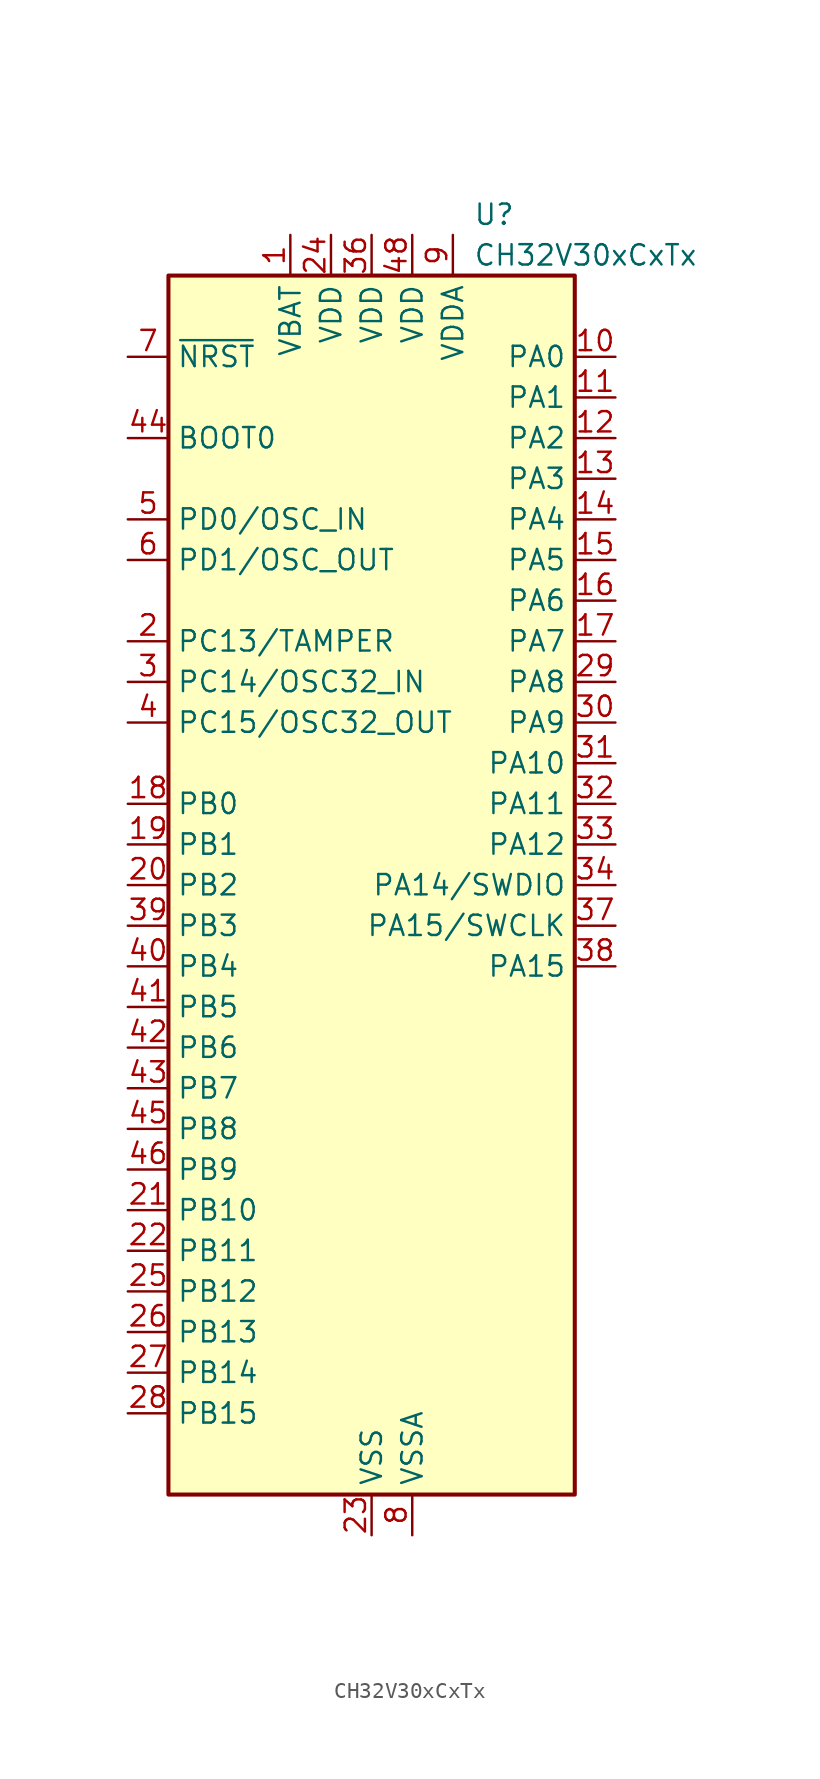
<source format=kicad_sym>
(kicad_symbol_lib
  (version 20241209)
  (generator "kicad_symbol_editor")
  (generator_version "9.0")
  (symbol "CH32V30xCxTx"
    (property "Reference" "U"
      (at 6.35 41.91 0)
      (effects (font (size 1.27 1.27)) (justify left)))
    (property "Value" "CH32V30xCxTx"
      (at 6.35 39.37 0)
      (effects (font (size 1.27 1.27)) (justify left)))
    (symbol "CH32V30xCxTx_0_0"
      (pin input line (at -15.24 27.94 0) (length 2.54) (name "BOOT0" (effects (font (size 1.27 1.27)))) (number "44" (effects (font (size 1.27 1.27)))))
      (pin power_in line (at -5.08 40.64 270) (length 2.54) (name "VBAT" (effects (font (size 1.27 1.27)))) (number "1" (effects (font (size 1.27 1.27)))))
      (pin power_in line (at -2.54 40.64 270) (length 2.54) (name "VDD" (effects (font (size 1.27 1.27)))) (number "24" (effects (font (size 1.27 1.27)))))
      (pin power_in line (at 0 -40.64 90) (length 2.54) (name "VSS" (effects (font (size 1.27 1.27)))) (number "23" (effects (font (size 1.27 1.27)))))
      (pin power_in line (at 2.54 -40.64 90) (length 2.54) (name "VSSA" (effects (font (size 1.27 1.27)))) (number "8" (effects (font (size 1.27 1.27)))))
      (pin power_in line (at 5.08 40.64 270) (length 2.54) (name "VDDA" (effects (font (size 1.27 1.27)))) (number "9" (effects (font (size 1.27 1.27))))))
    (symbol "CH32V30xCxTx_1_0"
      (pin input line (at -15.24 33.02 0) (length 2.54) (name "~{NRST}" (effects (font (size 1.27 1.27)))) (number "7" (effects (font (size 1.27 1.27)))))
      (pin bidirectional line (at -15.24 22.86 0) (length 2.54) (name "PD0/OSC_IN" (effects (font (size 1.27 1.27)))) (number "5" (effects (font (size 1.27 1.27)))) (alternate "PD0" bidirectional line))
      (pin bidirectional line (at -15.24 20.32 0) (length 2.54) (name "PD1/OSC_OUT" (effects (font (size 1.27 1.27)))) (number "6" (effects (font (size 1.27 1.27)))) (alternate "PD1" bidirectional line))
      (pin bidirectional line (at -15.24 15.24 0) (length 2.54) (name "PC13/TAMPER" (effects (font (size 1.27 1.27)))) (number "2" (effects (font (size 1.27 1.27)))) (alternate "TAMPER-RTC" bidirectional line) (alternate "TIM8_CH4_1" bidirectional line))
      (pin bidirectional line (at -15.24 12.7 0) (length 2.54) (name "PC14/OSC32_IN" (effects (font (size 1.27 1.27)))) (number "3" (effects (font (size 1.27 1.27)))) (alternate "OSC32_IN" bidirectional line) (alternate "TIM9_CH4_1" bidirectional line))
      (pin bidirectional line (at -15.24 10.16 0) (length 2.54) (name "PC15/OSC32_OUT" (effects (font (size 1.27 1.27)))) (number "4" (effects (font (size 1.27 1.27)))) (alternate "OSC32_OUT" bidirectional line) (alternate "TIM10_CH4_1" bidirectional line))
      (pin bidirectional line (at -15.24 5.08 0) (length 2.54) (name "PB0" (effects (font (size 1.27 1.27)))) (number "18" (effects (font (size 1.27 1.27)))) (alternate "ADC_IN8" bidirectional line) (alternate "OPA1_CH1P" bidirectional line) (alternate "TIM1_CH2N_1" bidirectional line) (alternate "TIM3_CH3" bidirectional line) (alternate "TIM3_CH3_2" bidirectional line) (alternate "TIM8_CH2N" bidirectional line) (alternate "TIM9_CH1N_1" bidirectional line) (alternate "UART4_TX_1" bidirectional line))
      (pin bidirectional line (at -15.24 2.54 0) (length 2.54) (name "PB1" (effects (font (size 1.27 1.27)))) (number "19" (effects (font (size 1.27 1.27)))) (alternate "ADC_IN9" bidirectional line) (alternate "OPA4_CH0N" bidirectional line) (alternate "TIM1_CH3N_1" bidirectional line) (alternate "TIM3_CH4" bidirectional line) (alternate "TIM3_CH4_2" bidirectional line) (alternate "TIM8_CH3N" bidirectional line) (alternate "TIM9_CH2N_1" bidirectional line) (alternate "UART4_RX_1" bidirectional line))
      (pin bidirectional line (at -15.24 0 0) (length 2.54) (name "PB2" (effects (font (size 1.27 1.27)))) (number "20" (effects (font (size 1.27 1.27)))) (alternate "BOOT1" bidirectional line) (alternate "OPA3_CH0N" bidirectional line) (alternate "TIM9_CH3N_1" bidirectional line))
      (pin bidirectional line (at -15.24 -2.54 0) (length 2.54) (name "PB3" (effects (font (size 1.27 1.27)))) (number "39" (effects (font (size 1.27 1.27)))) (alternate "SPI1_SCK" bidirectional line) (alternate "SPI3_SCK" bidirectional line) (alternate "TIM10_CH1_1" bidirectional line) (alternate "TIM2_CH2_1" bidirectional line) (alternate "TIM2_CH2_3" bidirectional line))
      (pin bidirectional line (at -15.24 -5.08 0) (length 2.54) (name "PB4" (effects (font (size 1.27 1.27)))) (number "40" (effects (font (size 1.27 1.27)))) (alternate "SPI1_MISO" bidirectional line) (alternate "SPI3_MISO" bidirectional line) (alternate "TIM10_CH2_1" bidirectional line) (alternate "TIM3_CH1_2" bidirectional line) (alternate "UART5_TX_1" bidirectional line))
      (pin bidirectional line (at -15.24 -7.62 0) (length 2.54) (name "PB5" (effects (font (size 1.27 1.27)))) (number "41" (effects (font (size 1.27 1.27)))) (alternate "CAN2_RX" bidirectional line) (alternate "I2C1_SMBA" bidirectional line) (alternate "SPI1_MOSI" bidirectional line) (alternate "SPI3_MOSI" bidirectional line) (alternate "TIM10_CH3_1" bidirectional line) (alternate "TIM3_CH2_2" bidirectional line) (alternate "UART5_RX_1" bidirectional line))
      (pin bidirectional line (at -15.24 -10.16 0) (length 2.54) (name "PB6" (effects (font (size 1.27 1.27)))) (number "42" (effects (font (size 1.27 1.27)))) (alternate "CAN2_TX" bidirectional line) (alternate "I2C1_SCL" bidirectional line) (alternate "TIM4_CH1" bidirectional line) (alternate "TIM8_CH1_1" bidirectional line) (alternate "USART1_TX_1" bidirectional line) (alternate "USBFS_DM" bidirectional line) (alternate "USBHS_DM" bidirectional line))
      (pin bidirectional line (at -15.24 -12.7 0) (length 2.54) (name "PB7" (effects (font (size 1.27 1.27)))) (number "43" (effects (font (size 1.27 1.27)))) (alternate "I2C1_SDA" bidirectional line) (alternate "TIM4_CH2" bidirectional line) (alternate "TIM8_CH2_1" bidirectional line) (alternate "USART1_RX_1" bidirectional line) (alternate "USBFS_DP" bidirectional line) (alternate "USBHS_D4" bidirectional line))
      (pin bidirectional line (at -15.24 -15.24 0) (length 2.54) (name "PB8" (effects (font (size 1.27 1.27)))) (number "45" (effects (font (size 1.27 1.27)))) (alternate "CAN1_RX" bidirectional line) (alternate "I2C1_SCL" bidirectional line) (alternate "TIM10_CH1" bidirectional line) (alternate "TIM4_CH3" bidirectional line) (alternate "TIM8_CH3_1" bidirectional line) (alternate "UART6_TX_1" bidirectional line))
      (pin bidirectional line (at -15.24 -17.78 0) (length 2.54) (name "PB9" (effects (font (size 1.27 1.27)))) (number "46" (effects (font (size 1.27 1.27)))) (alternate "CAN1_TX" bidirectional line) (alternate "I2C1_SDA" bidirectional line) (alternate "TIM10_CH2" bidirectional line) (alternate "TIM4_CH4" bidirectional line) (alternate "TIM8_BKIN_1" bidirectional line) (alternate "UART6_RX_1" bidirectional line))
      (pin bidirectional line (at -15.24 -20.32 0) (length 2.54) (name "PB10" (effects (font (size 1.27 1.27)))) (number "21" (effects (font (size 1.27 1.27)))) (alternate "I2C2_SCL" bidirectional line) (alternate "OPA2_CH0N" bidirectional line) (alternate "TIM10_BKIN_1" bidirectional line) (alternate "TIM2_CH3_2" bidirectional line) (alternate "TIM2_CH3_3" bidirectional line) (alternate "USART3_TX" bidirectional line))
      (pin bidirectional line (at -15.24 -22.86 0) (length 2.54) (name "PB11" (effects (font (size 1.27 1.27)))) (number "22" (effects (font (size 1.27 1.27)))) (alternate "I2C2_SDA" bidirectional line) (alternate "OPA1_CH0N" bidirectional line) (alternate "TIM10_ETR_1" bidirectional line) (alternate "TIM2_CH4_2" bidirectional line) (alternate "TIM2_CH4_3" bidirectional line) (alternate "USART3_RX" bidirectional line))
      (pin bidirectional line (at -15.24 -25.4 0) (length 2.54) (name "PB12" (effects (font (size 1.27 1.27)))) (number "25" (effects (font (size 1.27 1.27)))) (alternate "CAN2_RX" bidirectional line) (alternate "I2C2_SMBA" bidirectional line) (alternate "OPA4_CH0P" bidirectional line) (alternate "SPI2_NSS" bidirectional line) (alternate "TIM1_BKIN" bidirectional line) (alternate "USART3_CK" bidirectional line))
      (pin bidirectional line (at -15.24 -27.94 0) (length 2.54) (name "PB13" (effects (font (size 1.27 1.27)))) (number "26" (effects (font (size 1.27 1.27)))) (alternate "CAN2_TX" bidirectional line) (alternate "I2S2_CK" bidirectional line) (alternate "OPA3_CH0P" bidirectional line) (alternate "SPI2_SCK" bidirectional line) (alternate "TIM1_CH1N" bidirectional line) (alternate "USART3_CTS" bidirectional line) (alternate "USART3_CTS_1" bidirectional line))
      (pin bidirectional line (at -15.24 -30.48 0) (length 2.54) (name "PB14" (effects (font (size 1.27 1.27)))) (number "27" (effects (font (size 1.27 1.27)))) (alternate "OPA2_CH0P" bidirectional line) (alternate "SPI2_MISO" bidirectional line) (alternate "TIM1_CH2N" bidirectional line) (alternate "USART3_RTS" bidirectional line) (alternate "USART3_RTS_1" bidirectional line))
      (pin bidirectional line (at -15.24 -33.02 0) (length 2.54) (name "PB15" (effects (font (size 1.27 1.27)))) (number "28" (effects (font (size 1.27 1.27)))) (alternate "OPA1_CH0P" bidirectional line) (alternate "SPI2_MOSI" bidirectional line) (alternate "TIM1_CH3N" bidirectional line) (alternate "USART1_TX_2" bidirectional line))
      (pin power_in line (at 0 40.64 270) (length 2.54) (name "VDD" (effects (font (size 1.27 1.27)))) (number "36" (effects (font (size 1.27 1.27)))))
      (pin power_in line (at 0 -40.64 90) (length 2.54) (hide yes) (name "VSS" (effects (font (size 1.27 1.27)))) (number "35" (effects (font (size 1.27 1.27)))))
      (pin power_in line (at 0 -40.64 90) (length 2.54) (hide yes) (name "VSS" (effects (font (size 1.27 1.27)))) (number "47" (effects (font (size 1.27 1.27)))))
      (pin power_in line (at 2.54 40.64 270) (length 2.54) (name "VDD" (effects (font (size 1.27 1.27)))) (number "48" (effects (font (size 1.27 1.27)))))
      (pin bidirectional line (at 15.24 33.02 180) (length 2.54) (name "PA0" (effects (font (size 1.27 1.27)))) (number "10" (effects (font (size 1.27 1.27)))) (alternate "ADC_IN0" bidirectional line) (alternate "OPA4_OUT0" bidirectional line) (alternate "TIM2_CH1_ETR" bidirectional line) (alternate "TIM2_CH1_ETR_2" bidirectional line) (alternate "TIM5_CH1" bidirectional line) (alternate "TIM8_ETR" bidirectional line) (alternate "TIM8_ETR_1" bidirectional line) (alternate "WKUP" bidirectional line))
      (pin bidirectional line (at 15.24 30.48 180) (length 2.54) (name "PA1" (effects (font (size 1.27 1.27)))) (number "11" (effects (font (size 1.27 1.27)))) (alternate "ADC_IN1" bidirectional line) (alternate "OPA3_OUT0" bidirectional line) (alternate "TIM2_CH2" bidirectional line) (alternate "TIM2_CH2_2" bidirectional line) (alternate "TIM5_CH2" bidirectional line) (alternate "TIM9_BKIN_1" bidirectional line) (alternate "USART2_RTS" bidirectional line))
      (pin bidirectional line (at 15.24 27.94 180) (length 2.54) (name "PA2" (effects (font (size 1.27 1.27)))) (number "12" (effects (font (size 1.27 1.27)))) (alternate "ADC_IN2" bidirectional line) (alternate "OPA2_OUT0" bidirectional line) (alternate "TIM2_CH3" bidirectional line) (alternate "TIM2_CH3_1" bidirectional line) (alternate "TIM5_CH3" bidirectional line) (alternate "TIM9_CH1" bidirectional line) (alternate "TIM9_CH1_ETR_1" bidirectional line) (alternate "TIM9_ETR" bidirectional line) (alternate "USART2_TX" bidirectional line))
      (pin bidirectional line (at 15.24 25.4 180) (length 2.54) (name "PA3" (effects (font (size 1.27 1.27)))) (number "13" (effects (font (size 1.27 1.27)))) (alternate "ADC_IN3" bidirectional line) (alternate "OPA1_OUT0" bidirectional line) (alternate "TIM2_CH4" bidirectional line) (alternate "TIM2_CH4_1" bidirectional line) (alternate "TIM5_CH4" bidirectional line) (alternate "TIM9_CH2" bidirectional line) (alternate "TIM9_CH2_1" bidirectional line) (alternate "USART2_RX" bidirectional line))
      (pin bidirectional line (at 15.24 22.86 180) (length 2.54) (name "PA4" (effects (font (size 1.27 1.27)))) (number "14" (effects (font (size 1.27 1.27)))) (alternate "ADC_IN4" bidirectional line) (alternate "DAC_OUT1" bidirectional line) (alternate "I2S3_WS" bidirectional line) (alternate "SPI1_NSS" bidirectional line) (alternate "SPI3_NSS" bidirectional line) (alternate "TIM9_CH3" bidirectional line) (alternate "TIM9_CH3_1" bidirectional line) (alternate "USART2_CK" bidirectional line))
      (pin bidirectional line (at 15.24 20.32 180) (length 2.54) (name "PA5" (effects (font (size 1.27 1.27)))) (number "15" (effects (font (size 1.27 1.27)))) (alternate "ADC_IN5" bidirectional line) (alternate "DAC_OUT2" bidirectional line) (alternate "OPA2_CH1N" bidirectional line) (alternate "SPI1_SCK" bidirectional line) (alternate "TIM10_CH1N_1" bidirectional line) (alternate "USART1_CK_3" bidirectional line) (alternate "USART1_CTS_2" bidirectional line))
      (pin bidirectional line (at 15.24 17.78 180) (length 2.54) (name "PA6" (effects (font (size 1.27 1.27)))) (number "16" (effects (font (size 1.27 1.27)))) (alternate "ADC_IN6" bidirectional line) (alternate "OPA1_CH1N" bidirectional line) (alternate "SPI1_MISO" bidirectional line) (alternate "TIM10_CH2N_1" bidirectional line) (alternate "TIM1_BKIN_1" bidirectional line) (alternate "TIM3_CH1" bidirectional line) (alternate "TIM8_BKIN" bidirectional line) (alternate "USART1_TX_3" bidirectional line) (alternate "USART7_TX_1" bidirectional line))
      (pin bidirectional line (at 15.24 15.24 180) (length 2.54) (name "PA7" (effects (font (size 1.27 1.27)))) (number "17" (effects (font (size 1.27 1.27)))) (alternate "ADC_IN7" bidirectional line) (alternate "OPA2_CH1P" bidirectional line) (alternate "SPI1_MOSI" bidirectional line) (alternate "TIM10_CH3N_1" bidirectional line) (alternate "TIM1_CH1N_1" bidirectional line) (alternate "TIM3_CH2" bidirectional line) (alternate "TIM8_CH1N" bidirectional line) (alternate "UART7_RX_1" bidirectional line) (alternate "USART1_RX_3" bidirectional line))
      (pin bidirectional line (at 15.24 12.7 180) (length 2.54) (name "PA8" (effects (font (size 1.27 1.27)))) (number "29" (effects (font (size 1.27 1.27)))) (alternate "MCO" bidirectional line) (alternate "TIM1_CH1" bidirectional line) (alternate "TIM1_CH1_1" bidirectional line) (alternate "USART1_CK" bidirectional line) (alternate "USART1_CK_1" bidirectional line) (alternate "USART1_RX_2" bidirectional line))
      (pin bidirectional line (at 15.24 10.16 180) (length 2.54) (name "PA9" (effects (font (size 1.27 1.27)))) (number "30" (effects (font (size 1.27 1.27)))) (alternate "OTG_FS_VBUS" bidirectional line) (alternate "TIM1_CH2" bidirectional line) (alternate "TIM1_CH2_1" bidirectional line) (alternate "USART1_RTS_2" bidirectional line) (alternate "USART1_TX" bidirectional line))
      (pin bidirectional line (at 15.24 7.62 180) (length 2.54) (name "PA10" (effects (font (size 1.27 1.27)))) (number "31" (effects (font (size 1.27 1.27)))) (alternate "OTG_FS_ID" bidirectional line) (alternate "TIM1_CH3" bidirectional line) (alternate "TIM1_CH3_1" bidirectional line) (alternate "USART1_CK_2" bidirectional line) (alternate "USART1_RX" bidirectional line))
      (pin bidirectional line (at 15.24 5.08 180) (length 2.54) (name "PA11" (effects (font (size 1.27 1.27)))) (number "32" (effects (font (size 1.27 1.27)))) (alternate "CAN1_RX" bidirectional line) (alternate "OTG_FS_DM" bidirectional line) (alternate "TIM1_CH4" bidirectional line) (alternate "TIM1_CH4_1" bidirectional line) (alternate "USART1_CTS" bidirectional line) (alternate "USART1_CTS_1" bidirectional line))
      (pin bidirectional line (at 15.24 2.54 180) (length 2.54) (name "PA12" (effects (font (size 1.27 1.27)))) (number "33" (effects (font (size 1.27 1.27)))) (alternate "CAN1_TX" bidirectional line) (alternate "OTG_FS_DP" bidirectional line) (alternate "TIM10_CH1N" bidirectional line) (alternate "TIM1_ETR" bidirectional line) (alternate "TIM1_ETR_1" bidirectional line) (alternate "USART1_RTS" bidirectional line) (alternate "USART1_RTS_1" bidirectional line))
      (pin bidirectional line (at 15.24 0 180) (length 2.54) (name "PA14/SWDIO" (effects (font (size 1.27 1.27)))) (number "34" (effects (font (size 1.27 1.27)))) (alternate "PA13" bidirectional line) (alternate "TIM10_CH2N" bidirectional line) (alternate "TIM8_CH1N_1" bidirectional line) (alternate "USART3_TX_2" bidirectional line))
      (pin bidirectional line (at 15.24 -2.54 180) (length 2.54) (name "PA15/SWCLK" (effects (font (size 1.27 1.27)))) (number "37" (effects (font (size 1.27 1.27)))) (alternate "PA14" bidirectional line) (alternate "TIM10_CH3N" bidirectional line) (alternate "TIM8_CH2N_1" bidirectional line) (alternate "UART8_TX_1" bidirectional line) (alternate "USART3_RX_2" bidirectional line))
      (pin bidirectional line (at 15.24 -5.08 180) (length 2.54) (name "PA15" (effects (font (size 1.27 1.27)))) (number "38" (effects (font (size 1.27 1.27)))) (alternate "I2S3_WS" bidirectional line) (alternate "SPI1_NSS" bidirectional line) (alternate "SPI3_NSS" bidirectional line) (alternate "TIM2_CH1_ETR_1" bidirectional line) (alternate "TIM2_CH1_ETR_3" bidirectional line) (alternate "TIM8_CH3N_1" bidirectional line) (alternate "UART8_RX_1" bidirectional line)))
    (symbol "CH32V30xCxTx_1_1"
      (rectangle (start -12.7 38.1) (end 12.7 -38.1) (stroke (width 0.254) (type default)) (fill (type background))))))
</source>
